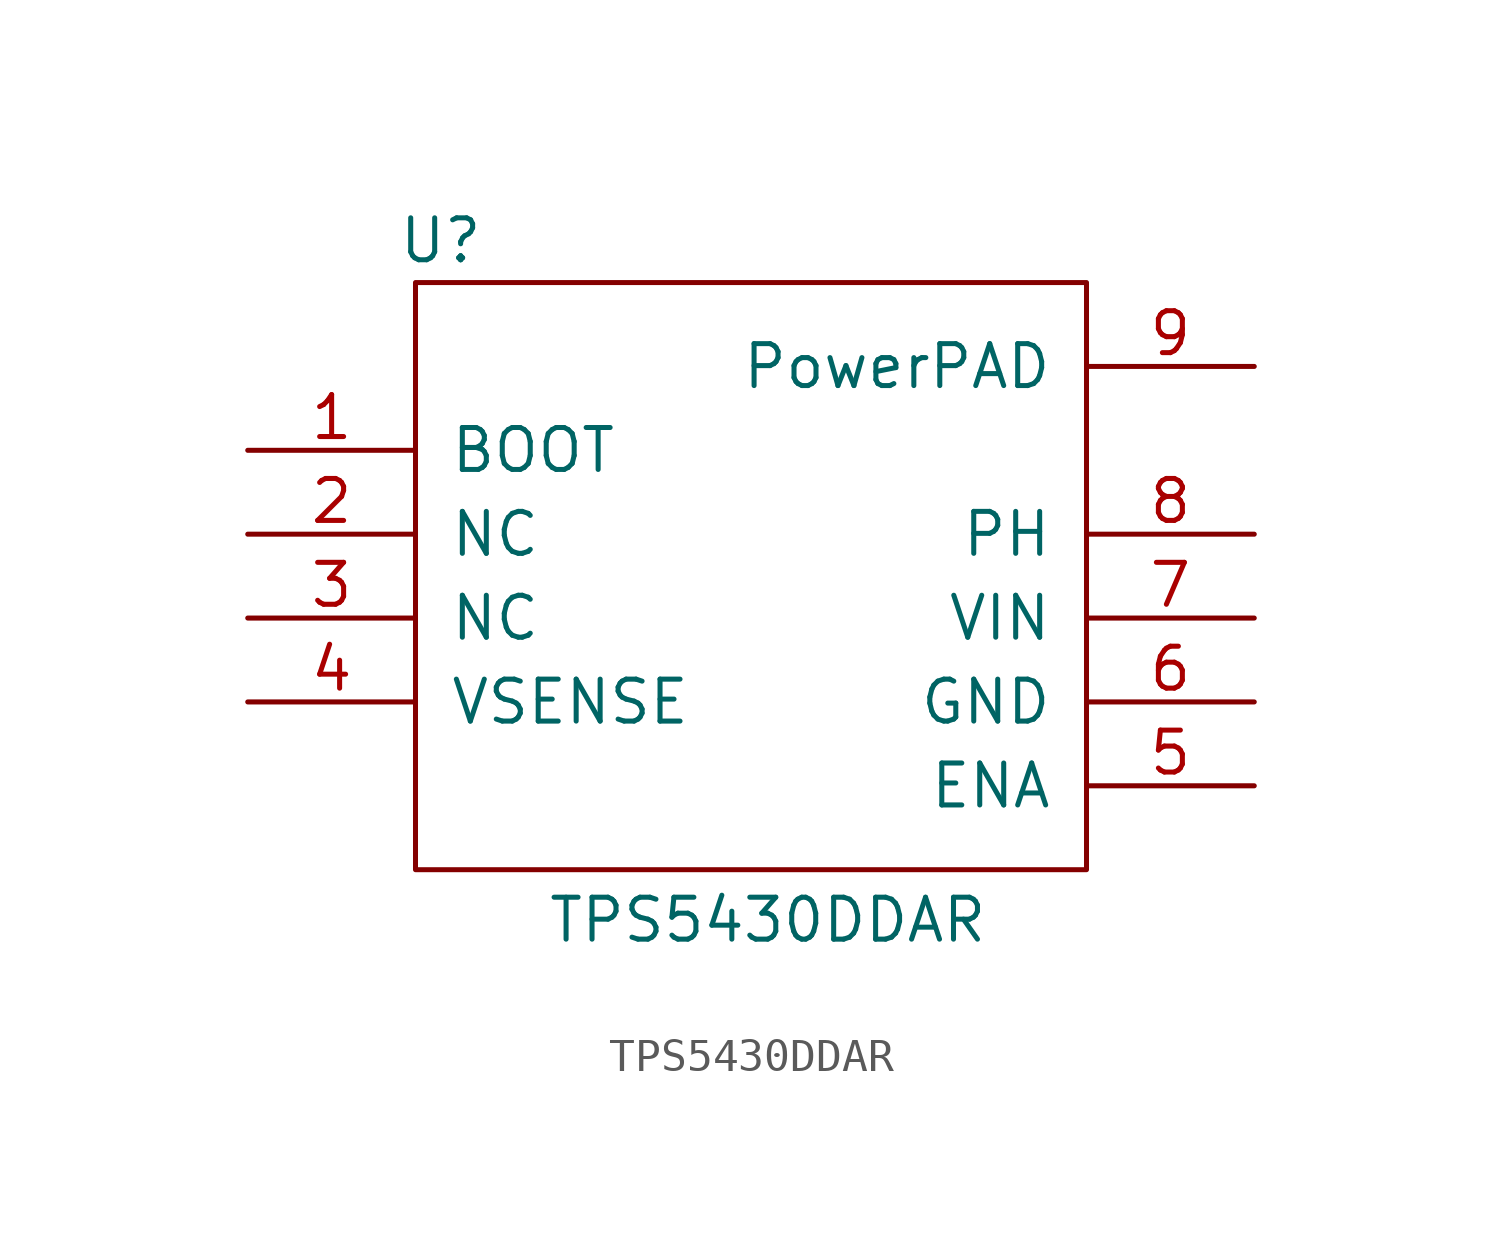
<source format=kicad_sym>
(kicad_symbol_lib
  (version 20231120)
  (generator "kicad_symbol_editor")
  (generator_version "8.0")
  (symbol "TPS5430DDAR"
    (pin_names
      (offset 1.016))
    (property "Reference" "U"
      (at -9.398 10.16 0)
      (effects (font (size 1.27 1.27))))
    (property "Value" "TPS5430DDAR"
      (at 0.508 -10.414 0)
      (effects (font (size 1.27 1.27))))
    (symbol "TPS5430DDAR_1_1"
      (rectangle (start -10.16 8.89) (end 10.16 -8.89) (stroke (width 0.152) (type solid)) (fill (type none)))
      (pin input line (at -15.24 3.81 0) (length 5.08) (name "BOOT" (effects (font (size 1.27 1.27)))) (number "1" (effects (font (size 1.27 1.27)))))
      (pin input line (at -15.24 1.27 0) (length 5.08) (name "NC" (effects (font (size 1.27 1.27)))) (number "2" (effects (font (size 1.27 1.27)))))
      (pin input line (at -15.24 -1.27 0) (length 5.08) (name "NC" (effects (font (size 1.27 1.27)))) (number "3" (effects (font (size 1.27 1.27)))))
      (pin input line (at -15.24 -3.81 0) (length 5.08) (name "VSENSE" (effects (font (size 1.27 1.27)))) (number "4" (effects (font (size 1.27 1.27)))))
      (pin input line (at 15.24 -6.35 180) (length 5.08) (name "ENA" (effects (font (size 1.27 1.27)))) (number "5" (effects (font (size 1.27 1.27)))))
      (pin input line (at 15.24 -3.81 180) (length 5.08) (name "GND" (effects (font (size 1.27 1.27)))) (number "6" (effects (font (size 1.27 1.27)))))
      (pin input line (at 15.24 -1.27 180) (length 5.08) (name "VIN" (effects (font (size 1.27 1.27)))) (number "7" (effects (font (size 1.27 1.27)))))
      (pin input line (at 15.24 1.27 180) (length 5.08) (name "PH" (effects (font (size 1.27 1.27)))) (number "8" (effects (font (size 1.27 1.27)))))
      (pin input line (at 15.24 6.35 180) (length 5.08) (name "PowerPAD" (effects (font (size 1.27 1.27)))) (number "9" (effects (font (size 1.27 1.27))))))))
</source>
